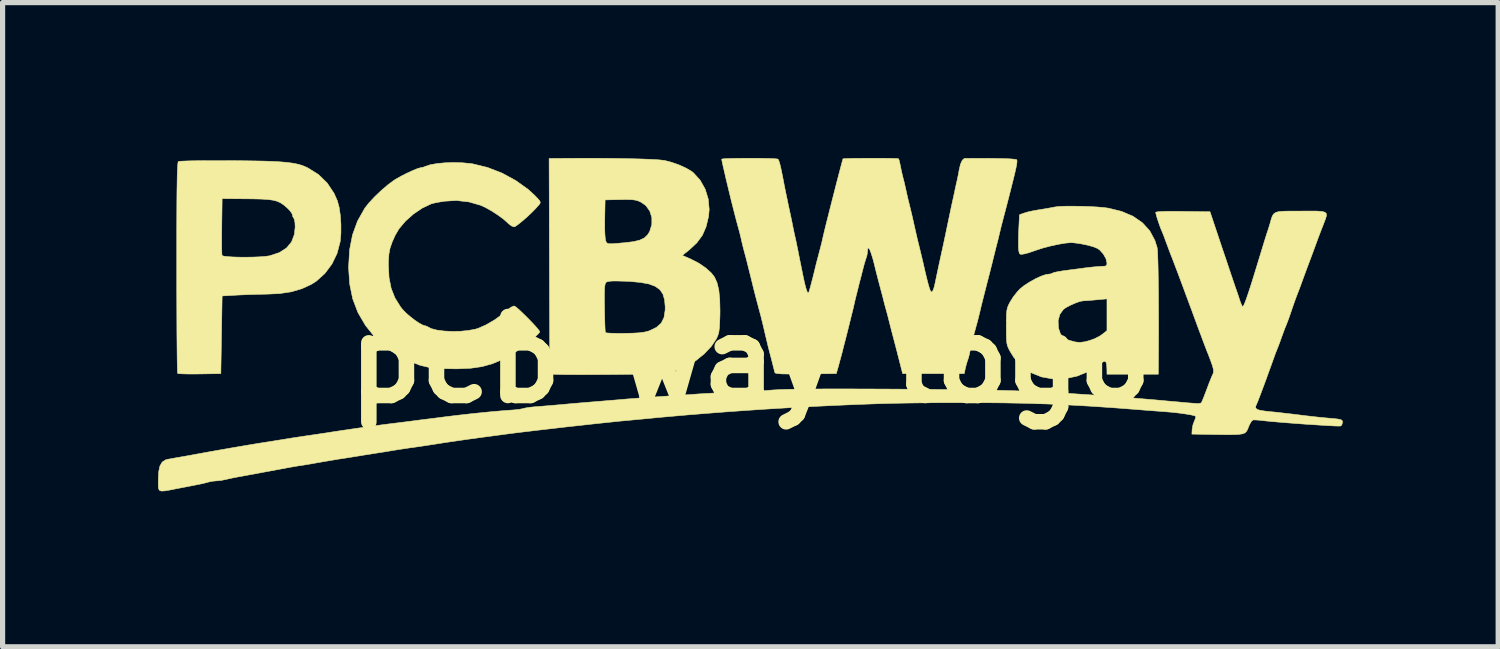
<source format=kicad_pcb>
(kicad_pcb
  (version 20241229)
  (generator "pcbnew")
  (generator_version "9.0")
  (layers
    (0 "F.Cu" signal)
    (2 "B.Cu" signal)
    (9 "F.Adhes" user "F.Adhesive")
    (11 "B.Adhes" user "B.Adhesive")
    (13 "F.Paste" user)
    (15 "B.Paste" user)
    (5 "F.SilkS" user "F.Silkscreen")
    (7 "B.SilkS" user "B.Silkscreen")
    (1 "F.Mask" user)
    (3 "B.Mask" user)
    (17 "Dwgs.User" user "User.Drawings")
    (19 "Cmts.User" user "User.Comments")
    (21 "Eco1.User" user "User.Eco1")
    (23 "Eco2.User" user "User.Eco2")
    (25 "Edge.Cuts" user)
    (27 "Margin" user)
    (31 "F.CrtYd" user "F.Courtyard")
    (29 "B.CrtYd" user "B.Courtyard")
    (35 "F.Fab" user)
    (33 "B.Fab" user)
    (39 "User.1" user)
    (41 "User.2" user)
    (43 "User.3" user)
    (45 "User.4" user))
  (footprint "pcb way logo"
    (layer "F.Cu")
    (at 11.436 3.895)
    (property "Reference" "pcb way logo" (at 0 0 0) (layer "F.SilkS") (effects (font (size 1.524 1.524) (thickness 0.3))))
    (attr through_hole)
    (fp_poly (pts (xy -10.127 -3.844) (xy -9.929 -3.843) (xy -9.736 -3.841) (xy -9.553 -3.838) (xy -9.388 -3.835) (xy -9.248 -3.83) (xy -9.138 -3.825) (xy -9.131 -3.825) (xy -8.957 -3.811) (xy -8.821 -3.793) (xy -8.712 -3.77) (xy -8.618 -3.738) (xy -8.547 -3.706) (xy -8.339 -3.576) (xy -8.17 -3.412) (xy -8.038 -3.214) (xy -7.973 -3.068) (xy -7.94 -2.946) (xy -7.917 -2.79) (xy -7.905 -2.617) (xy -7.905 -2.445) (xy -7.918 -2.29) (xy -7.921 -2.274) (xy -7.979 -2.054) (xy -8.078 -1.849) (xy -8.213 -1.668) (xy -8.377 -1.52) (xy -8.473 -1.458) (xy -8.658 -1.372) (xy -8.86 -1.313) (xy -9.089 -1.278) (xy -9.331 -1.267) (xy -9.489 -1.264) (xy -9.665 -1.259) (xy -9.832 -1.252) (xy -9.919 -1.248) (xy -10.198 -1.232) (xy -10.223 0.267) (xy -10.631 0.274) (xy -10.771 0.275) (xy -10.892 0.274) (xy -10.985 0.271) (xy -11.043 0.267) (xy -11.057 0.263) (xy -11.06 0.236) (xy -11.062 0.161) (xy -11.065 0.043) (xy -11.067 -0.113) (xy -11.069 -0.306) (xy -11.071 -0.529) (xy -11.072 -0.781) (xy -11.073 -1.056) (xy -11.074 -1.352) (xy -11.074 -1.663) (xy -11.074 -1.781) (xy -11.074 -2.165) (xy -11.074 -2.273) (xy -10.207 -2.273) (xy -10.206 -2.153) (xy -10.204 -2.066) (xy -10.201 -2.019) (xy -10.199 -2.014) (xy -10.171 -2.001) (xy -10.101 -1.992) (xy -10 -1.985) (xy -9.877 -1.981) (xy -9.743 -1.98) (xy -9.608 -1.982) (xy -9.48 -1.987) (xy -9.37 -1.995) (xy -9.288 -2.006) (xy -9.276 -2.009) (xy -9.094 -2.069) (xy -8.955 -2.158) (xy -8.858 -2.275) (xy -8.803 -2.42) (xy -8.788 -2.563) (xy -8.792 -2.646) (xy -8.803 -2.708) (xy -8.814 -2.731) (xy -8.836 -2.767) (xy -8.839 -2.793) (xy -8.857 -2.835) (xy -8.903 -2.893) (xy -8.94 -2.93) (xy -9.005 -2.986) (xy -9.067 -3.028) (xy -9.133 -3.059) (xy -9.212 -3.08) (xy -9.313 -3.094) (xy -9.444 -3.102) (xy -9.613 -3.106) (xy -9.716 -3.107) (xy -10.198 -3.111) (xy -10.205 -2.579) (xy -10.206 -2.418) (xy -10.207 -2.273) (xy -11.074 -2.273) (xy -11.074 -2.501) (xy -11.073 -2.792) (xy -11.072 -3.04) (xy -11.07 -3.249) (xy -11.067 -3.42) (xy -11.065 -3.557) (xy -11.061 -3.663) (xy -11.057 -3.74) (xy -11.052 -3.792) (xy -11.047 -3.82) (xy -11.043 -3.827) (xy -11.009 -3.832) (xy -10.932 -3.836) (xy -10.818 -3.84) (xy -10.674 -3.842) (xy -10.506 -3.844) (xy -10.321 -3.844) (xy -10.127 -3.844)) (stroke (width 0.01) (type solid)) (fill yes) (layer "F.SilkS"))
    (fp_poly (pts (xy -5.561 -3.803) (xy -5.402 -3.788) (xy -5.361 -3.782) (xy -5.077 -3.713) (xy -4.795 -3.604) (xy -4.53 -3.46) (xy -4.292 -3.29) (xy -4.172 -3.181) (xy -4.104 -3.111) (xy -4.067 -3.067) (xy -4.056 -3.037) (xy -4.066 -3.011) (xy -4.083 -2.99) (xy -4.146 -2.919) (xy -4.226 -2.838) (xy -4.314 -2.755) (xy -4.402 -2.679) (xy -4.479 -2.616) (xy -4.536 -2.576) (xy -4.563 -2.565) (xy -4.611 -2.583) (xy -4.67 -2.627) (xy -4.688 -2.645) (xy -4.765 -2.714) (xy -4.873 -2.793) (xy -4.995 -2.872) (xy -5.115 -2.94) (xy -5.204 -2.981) (xy -5.433 -3.047) (xy -5.676 -3.075) (xy -5.905 -3.061) (xy -6.008 -3.044) (xy -6.096 -3.027) (xy -6.153 -3.013) (xy -6.16 -3.011) (xy -6.335 -2.928) (xy -6.505 -2.813) (xy -6.659 -2.676) (xy -6.784 -2.528) (xy -6.859 -2.4) (xy -6.919 -2.264) (xy -6.957 -2.152) (xy -6.978 -2.042) (xy -6.987 -1.914) (xy -6.988 -1.825) (xy -6.976 -1.585) (xy -6.935 -1.378) (xy -6.862 -1.194) (xy -6.754 -1.021) (xy -6.714 -0.971) (xy -6.653 -0.907) (xy -6.572 -0.837) (xy -6.484 -0.768) (xy -6.399 -0.71) (xy -6.33 -0.672) (xy -6.293 -0.66) (xy -6.244 -0.646) (xy -6.234 -0.639) (xy -6.163 -0.602) (xy -6.052 -0.573) (xy -5.914 -0.555) (xy -5.76 -0.547) (xy -5.6 -0.55) (xy -5.448 -0.565) (xy -5.312 -0.59) (xy -5.261 -0.605) (xy -5.107 -0.672) (xy -4.943 -0.767) (xy -4.787 -0.879) (xy -4.696 -0.958) (xy -4.628 -1.011) (xy -4.572 -1.037) (xy -4.556 -1.037) (xy -4.524 -1.017) (xy -4.468 -0.969) (xy -4.395 -0.9) (xy -4.313 -0.82) (xy -4.232 -0.737) (xy -4.158 -0.658) (xy -4.102 -0.593) (xy -4.07 -0.55) (xy -4.066 -0.539) (xy -4.086 -0.51) (xy -4.139 -0.459) (xy -4.216 -0.393) (xy -4.307 -0.318) (xy -4.405 -0.243) (xy -4.499 -0.175) (xy -4.581 -0.12) (xy -4.591 -0.114) (xy -4.791 -0.003) (xy -4.984 0.077) (xy -5.181 0.132) (xy -5.397 0.163) (xy -5.643 0.174) (xy -5.728 0.174) (xy -5.862 0.172) (xy -5.983 0.169) (xy -6.079 0.166) (xy -6.139 0.162) (xy -6.147 0.161) (xy -6.376 0.107) (xy -6.613 0.014) (xy -6.845 -0.11) (xy -7.056 -0.256) (xy -7.233 -0.417) (xy -7.241 -0.425) (xy -7.431 -0.663) (xy -7.576 -0.911) (xy -7.677 -1.176) (xy -7.736 -1.464) (xy -7.757 -1.78) (xy -7.756 -1.803) (xy -7.737 -2.125) (xy -7.68 -2.415) (xy -7.584 -2.678) (xy -7.448 -2.919) (xy -7.442 -2.93) (xy -7.361 -3.031) (xy -7.252 -3.148) (xy -7.127 -3.267) (xy -7 -3.376) (xy -6.884 -3.462) (xy -6.845 -3.487) (xy -6.74 -3.546) (xy -6.628 -3.603) (xy -6.521 -3.652) (xy -6.431 -3.689) (xy -6.37 -3.707) (xy -6.359 -3.708) (xy -6.307 -3.72) (xy -6.28 -3.731) (xy -6.187 -3.763) (xy -6.057 -3.787) (xy -5.901 -3.802) (xy -5.731 -3.808) (xy -5.561 -3.803)) (stroke (width 0.01) (type solid)) (fill yes) (layer "F.SilkS"))
    (fp_poly (pts (xy -2.826 -3.889) (xy -2.548 -3.886) (xy -2.298 -3.881) (xy -2.082 -3.875) (xy -1.902 -3.868) (xy -1.763 -3.859) (xy -1.67 -3.849) (xy -1.652 -3.846) (xy -1.512 -3.809) (xy -1.367 -3.757) (xy -1.233 -3.695) (xy -1.128 -3.632) (xy -1.103 -3.612) (xy -0.972 -3.469) (xy -0.874 -3.295) (xy -0.814 -3.102) (xy -0.796 -2.9) (xy -0.808 -2.766) (xy -0.856 -2.567) (xy -0.928 -2.402) (xy -1.034 -2.258) (xy -1.18 -2.122) (xy -1.196 -2.109) (xy -1.315 -2.015) (xy -1.15 -1.943) (xy -0.999 -1.866) (xy -0.863 -1.773) (xy -0.754 -1.675) (xy -0.693 -1.596) (xy -0.644 -1.486) (xy -0.61 -1.344) (xy -0.592 -1.164) (xy -0.587 -0.941) (xy -0.588 -0.864) (xy -0.593 -0.719) (xy -0.599 -0.614) (xy -0.609 -0.538) (xy -0.625 -0.478) (xy -0.647 -0.425) (xy -0.656 -0.406) (xy -0.754 -0.26) (xy -0.889 -0.117) (xy -1.049 0.013) (xy -1.221 0.118) (xy -1.314 0.16) (xy -1.392 0.189) (xy -1.47 0.212) (xy -1.556 0.232) (xy -1.654 0.247) (xy -1.77 0.259) (xy -1.911 0.268) (xy -2.08 0.275) (xy -2.285 0.28) (xy -2.53 0.283) (xy -2.758 0.285) (xy -2.978 0.286) (xy -3.184 0.287) (xy -3.37 0.287) (xy -3.531 0.286) (xy -3.659 0.284) (xy -3.75 0.282) (xy -3.797 0.279) (xy -3.799 0.279) (xy -3.873 0.266) (xy -3.878 -1.185) (xy -2.819 -1.185) (xy -2.817 -1.021) (xy -2.817 -1.005) (xy -2.814 -0.857) (xy -2.811 -0.726) (xy -2.807 -0.622) (xy -2.803 -0.552) (xy -2.8 -0.525) (xy -2.772 -0.518) (xy -2.703 -0.513) (xy -2.601 -0.51) (xy -2.477 -0.509) (xy -2.43 -0.51) (xy -2.265 -0.514) (xy -2.141 -0.521) (xy -2.047 -0.534) (xy -1.973 -0.552) (xy -1.947 -0.561) (xy -1.813 -0.626) (xy -1.721 -0.708) (xy -1.668 -0.816) (xy -1.646 -0.957) (xy -1.645 -1.021) (xy -1.657 -1.158) (xy -1.689 -1.268) (xy -1.747 -1.353) (xy -1.835 -1.417) (xy -1.958 -1.463) (xy -2.12 -1.493) (xy -2.325 -1.512) (xy -2.407 -1.516) (xy -2.557 -1.52) (xy -2.664 -1.52) (xy -2.734 -1.514) (xy -2.775 -1.502) (xy -2.784 -1.497) (xy -2.798 -1.478) (xy -2.808 -1.444) (xy -2.815 -1.389) (xy -2.818 -1.305) (xy -2.819 -1.185) (xy -3.878 -1.185) (xy -3.88 -1.81) (xy -3.882 -2.59) (xy -2.813 -2.59) (xy -2.811 -2.468) (xy -2.805 -2.371) (xy -2.797 -2.31) (xy -2.795 -2.3) (xy -2.783 -2.272) (xy -2.768 -2.253) (xy -2.742 -2.242) (xy -2.695 -2.239) (xy -2.619 -2.243) (xy -2.506 -2.253) (xy -2.423 -2.26) (xy -2.259 -2.28) (xy -2.138 -2.309) (xy -2.049 -2.351) (xy -1.986 -2.41) (xy -1.945 -2.475) (xy -1.903 -2.611) (xy -1.903 -2.746) (xy -1.943 -2.872) (xy -2.019 -2.977) (xy -2.11 -3.041) (xy -2.165 -3.066) (xy -2.221 -3.082) (xy -2.29 -3.091) (xy -2.384 -3.093) (xy -2.514 -3.092) (xy -2.805 -3.086) (xy -2.812 -2.726) (xy -2.813 -2.59) (xy -3.882 -2.59) (xy -3.886 -3.886) (xy -3.791 -3.887) (xy -3.452 -3.889) (xy -3.129 -3.89) (xy -2.826 -3.889)) (stroke (width 0.01) (type solid)) (fill yes) (layer "F.SilkS"))
    (fp_poly (pts (xy 6.374 -2.963) (xy 6.535 -2.958) (xy 6.687 -2.95) (xy 6.819 -2.939) (xy 6.909 -2.927) (xy 7.166 -2.864) (xy 7.386 -2.77) (xy 7.567 -2.645) (xy 7.708 -2.49) (xy 7.807 -2.306) (xy 7.851 -2.167) (xy 7.857 -2.116) (xy 7.862 -2.02) (xy 7.867 -1.882) (xy 7.871 -1.709) (xy 7.874 -1.504) (xy 7.877 -1.274) (xy 7.878 -1.022) (xy 7.879 -0.754) (xy 7.879 -0.475) (xy 7.878 -0.19) (xy 7.876 0.096) (xy 7.875 0.21) (xy 7.874 0.279) (xy 6.883 0.279) (xy 6.882 0.184) (xy 6.876 0.087) (xy 6.86 0.037) (xy 6.826 0.03) (xy 6.77 0.063) (xy 6.731 0.093) (xy 6.529 0.225) (xy 6.305 0.316) (xy 6.071 0.365) (xy 5.834 0.369) (xy 5.62 0.331) (xy 5.414 0.248) (xy 5.236 0.123) (xy 5.087 -0.043) (xy 5.015 -0.158) (xy 4.985 -0.214) (xy 4.964 -0.264) (xy 4.951 -0.317) (xy 4.944 -0.386) (xy 4.941 -0.482) (xy 4.94 -0.616) (xy 4.94 -0.637) (xy 4.941 -0.755) (xy 5.94 -0.755) (xy 5.946 -0.622) (xy 5.95 -0.603) (xy 5.985 -0.5) (xy 6.039 -0.433) (xy 6.124 -0.387) (xy 6.169 -0.371) (xy 6.275 -0.343) (xy 6.362 -0.335) (xy 6.454 -0.347) (xy 6.549 -0.372) (xy 6.649 -0.409) (xy 6.746 -0.459) (xy 6.788 -0.488) (xy 6.883 -0.563) (xy 6.883 -1.176) (xy 6.674 -1.157) (xy 6.572 -1.148) (xy 6.487 -1.141) (xy 6.433 -1.138) (xy 6.426 -1.138) (xy 6.363 -1.127) (xy 6.275 -1.096) (xy 6.179 -1.054) (xy 6.094 -1.009) (xy 6.041 -0.972) (xy 5.973 -0.876) (xy 5.94 -0.755) (xy 4.941 -0.755) (xy 4.941 -0.777) (xy 4.943 -0.877) (xy 4.95 -0.95) (xy 4.962 -1.006) (xy 4.982 -1.056) (xy 5.011 -1.113) (xy 5.015 -1.12) (xy 5.077 -1.218) (xy 5.157 -1.318) (xy 5.205 -1.369) (xy 5.286 -1.434) (xy 5.39 -1.501) (xy 5.503 -1.564) (xy 5.612 -1.614) (xy 5.703 -1.645) (xy 5.746 -1.651) (xy 5.803 -1.659) (xy 5.831 -1.673) (xy 5.865 -1.686) (xy 5.937 -1.701) (xy 6.033 -1.717) (xy 6.071 -1.722) (xy 6.206 -1.74) (xy 6.355 -1.759) (xy 6.487 -1.777) (xy 6.49 -1.777) (xy 6.6 -1.79) (xy 6.704 -1.799) (xy 6.781 -1.804) (xy 6.788 -1.804) (xy 6.851 -1.808) (xy 6.878 -1.826) (xy 6.883 -1.865) (xy 6.864 -1.95) (xy 6.813 -2.041) (xy 6.744 -2.118) (xy 6.697 -2.151) (xy 6.613 -2.184) (xy 6.497 -2.215) (xy 6.369 -2.241) (xy 6.249 -2.257) (xy 6.185 -2.261) (xy 6.081 -2.252) (xy 5.945 -2.229) (xy 5.793 -2.196) (xy 5.638 -2.155) (xy 5.498 -2.109) (xy 5.461 -2.096) (xy 5.373 -2.066) (xy 5.291 -2.044) (xy 5.268 -2.04) (xy 5.216 -2.035) (xy 5.192 -2.053) (xy 5.18 -2.105) (xy 5.178 -2.125) (xy 5.174 -2.19) (xy 5.174 -2.292) (xy 5.176 -2.413) (xy 5.18 -2.511) (xy 5.194 -2.8) (xy 5.283 -2.832) (xy 5.353 -2.853) (xy 5.453 -2.875) (xy 5.56 -2.894) (xy 5.563 -2.894) (xy 5.678 -2.913) (xy 5.793 -2.933) (xy 5.88 -2.95) (xy 5.957 -2.959) (xy 6.073 -2.964) (xy 6.216 -2.965) (xy 6.374 -2.963)) (stroke (width 0.01) (type solid)) (fill yes) (layer "F.SilkS"))
    (fp_poly (pts (xy 2.532 -3.89) (xy 2.658 -3.889) (xy 2.76 -3.887) (xy 2.83 -3.884) (xy 2.859 -3.88) (xy 2.859 -3.88) (xy 2.871 -3.85) (xy 2.886 -3.786) (xy 2.895 -3.743) (xy 2.915 -3.644) (xy 2.938 -3.545) (xy 2.945 -3.518) (xy 2.968 -3.429) (xy 2.992 -3.325) (xy 3 -3.289) (xy 3.021 -3.194) (xy 3.042 -3.102) (xy 3.049 -3.073) (xy 3.07 -2.99) (xy 3.093 -2.894) (xy 3.099 -2.87) (xy 3.12 -2.782) (xy 3.145 -2.671) (xy 3.163 -2.591) (xy 3.187 -2.484) (xy 3.217 -2.353) (xy 3.248 -2.225) (xy 3.252 -2.21) (xy 3.279 -2.099) (xy 3.304 -1.996) (xy 3.322 -1.919) (xy 3.326 -1.905) (xy 3.37 -1.711) (xy 3.406 -1.562) (xy 3.434 -1.453) (xy 3.456 -1.378) (xy 3.474 -1.333) (xy 3.489 -1.312) (xy 3.503 -1.311) (xy 3.512 -1.317) (xy 3.533 -1.357) (xy 3.553 -1.423) (xy 3.556 -1.439) (xy 3.567 -1.489) (xy 3.579 -1.546) (xy 3.594 -1.617) (xy 3.614 -1.712) (xy 3.641 -1.839) (xy 3.677 -2.005) (xy 3.683 -2.032) (xy 3.727 -2.233) (xy 3.77 -2.436) (xy 3.809 -2.623) (xy 3.837 -2.756) (xy 3.853 -2.832) (xy 3.876 -2.944) (xy 3.905 -3.075) (xy 3.935 -3.212) (xy 3.962 -3.34) (xy 3.985 -3.443) (xy 3.991 -3.467) (xy 4.01 -3.559) (xy 4.027 -3.649) (xy 4.028 -3.658) (xy 4.055 -3.775) (xy 4.09 -3.852) (xy 4.13 -3.886) (xy 4.137 -3.887) (xy 4.345 -3.889) (xy 4.543 -3.889) (xy 4.722 -3.887) (xy 4.877 -3.884) (xy 5.002 -3.879) (xy 5.09 -3.872) (xy 5.135 -3.865) (xy 5.139 -3.862) (xy 5.145 -3.849) (xy 5.146 -3.823) (xy 5.141 -3.78) (xy 5.129 -3.715) (xy 5.109 -3.624) (xy 5.08 -3.504) (xy 5.041 -3.349) (xy 4.992 -3.155) (xy 4.931 -2.919) (xy 4.898 -2.794) (xy 4.865 -2.668) (xy 4.835 -2.55) (xy 4.812 -2.454) (xy 4.799 -2.4) (xy 4.776 -2.303) (xy 4.75 -2.204) (xy 4.748 -2.197) (xy 4.725 -2.105) (xy 4.703 -2.016) (xy 4.701 -2.007) (xy 4.684 -1.939) (xy 4.66 -1.841) (xy 4.632 -1.733) (xy 4.628 -1.714) (xy 4.575 -1.509) (xy 4.527 -1.321) (xy 4.485 -1.156) (xy 4.452 -1.022) (xy 4.429 -0.925) (xy 4.42 -0.889) (xy 4.404 -0.822) (xy 4.379 -0.725) (xy 4.349 -0.617) (xy 4.344 -0.597) (xy 4.314 -0.487) (xy 4.287 -0.381) (xy 4.268 -0.301) (xy 4.266 -0.292) (xy 4.247 -0.204) (xy 4.23 -0.123) (xy 4.229 -0.114) (xy 4.21 -0.041) (xy 4.192 0.013) (xy 4.173 0.071) (xy 4.153 0.149) (xy 4.149 0.165) (xy 4.128 0.267) (xy 2.938 0.267) (xy 2.893 0.089) (xy 2.868 -0.009) (xy 2.835 -0.139) (xy 2.798 -0.281) (xy 2.768 -0.394) (xy 2.735 -0.52) (xy 2.705 -0.637) (xy 2.681 -0.731) (xy 2.667 -0.787) (xy 2.645 -0.874) (xy 2.619 -0.967) (xy 2.616 -0.978) (xy 2.591 -1.069) (xy 2.568 -1.159) (xy 2.566 -1.168) (xy 2.549 -1.236) (xy 2.523 -1.333) (xy 2.494 -1.441) (xy 2.489 -1.46) (xy 2.458 -1.579) (xy 2.427 -1.699) (xy 2.403 -1.797) (xy 2.402 -1.803) (xy 2.366 -1.942) (xy 2.333 -2.049) (xy 2.305 -2.123) (xy 2.282 -2.158) (xy 2.266 -2.151) (xy 2.261 -2.099) (xy 2.261 -2.097) (xy 2.251 -2.021) (xy 2.238 -1.976) (xy 2.217 -1.913) (xy 2.193 -1.832) (xy 2.189 -1.816) (xy 2.164 -1.719) (xy 2.139 -1.62) (xy 2.137 -1.613) (xy 2.105 -1.491) (xy 2.072 -1.357) (xy 2.04 -1.231) (xy 2.015 -1.128) (xy 2.007 -1.092) (xy 1.98 -0.975) (xy 1.943 -0.826) (xy 1.901 -0.656) (xy 1.856 -0.476) (xy 1.81 -0.298) (xy 1.768 -0.132) (xy 1.73 0.009) (xy 1.701 0.116) (xy 1.694 0.14) (xy 1.658 0.267) (xy 1.069 0.274) (xy 0.873 0.275) (xy 0.721 0.275) (xy 0.611 0.273) (xy 0.536 0.268) (xy 0.492 0.261) (xy 0.473 0.25) (xy 0.472 0.248) (xy 0.461 0.206) (xy 0.442 0.134) (xy 0.431 0.089) (xy 0.408 -0.003) (xy 0.386 -0.087) (xy 0.379 -0.114) (xy 0.364 -0.17) (xy 0.341 -0.261) (xy 0.314 -0.375) (xy 0.291 -0.47) (xy 0.26 -0.604) (xy 0.237 -0.702) (xy 0.218 -0.777) (xy 0.202 -0.843) (xy 0.183 -0.913) (xy 0.16 -0.999) (xy 0.149 -1.041) (xy 0.117 -1.16) (xy 0.091 -1.261) (xy 0.064 -1.365) (xy 0.033 -1.493) (xy 0.027 -1.518) (xy 0.002 -1.618) (xy -0.024 -1.721) (xy -0.027 -1.734) (xy -0.063 -1.879) (xy -0.092 -1.992) (xy -0.118 -2.088) (xy -0.127 -2.121) (xy -0.151 -2.214) (xy -0.175 -2.317) (xy -0.179 -2.337) (xy -0.202 -2.434) (xy -0.231 -2.542) (xy -0.241 -2.578) (xy -0.261 -2.651) (xy -0.289 -2.756) (xy -0.322 -2.886) (xy -0.359 -3.032) (xy -0.397 -3.187) (xy -0.435 -3.344) (xy -0.471 -3.493) (xy -0.502 -3.629) (xy -0.528 -3.741) (xy -0.546 -3.823) (xy -0.554 -3.868) (xy -0.554 -3.873) (xy -0.524 -3.879) (xy -0.452 -3.884) (xy -0.348 -3.887) (xy -0.221 -3.889) (xy -0.08 -3.89) (xy 0.065 -3.89) (xy 0.205 -3.889) (xy 0.332 -3.886) (xy 0.434 -3.883) (xy 0.504 -3.878) (xy 0.532 -3.873) (xy 0.547 -3.846) (xy 0.565 -3.794) (xy 0.586 -3.708) (xy 0.612 -3.583) (xy 0.635 -3.467) (xy 0.654 -3.366) (xy 0.68 -3.237) (xy 0.709 -3.1) (xy 0.735 -2.972) (xy 0.757 -2.872) (xy 0.76 -2.857) (xy 0.778 -2.774) (xy 0.8 -2.669) (xy 0.813 -2.603) (xy 0.833 -2.504) (xy 0.853 -2.409) (xy 0.864 -2.362) (xy 0.881 -2.287) (xy 0.901 -2.188) (xy 0.915 -2.121) (xy 0.935 -2.018) (xy 0.955 -1.917) (xy 0.966 -1.867) (xy 0.982 -1.785) (xy 1.003 -1.681) (xy 1.019 -1.603) (xy 1.041 -1.501) (xy 1.065 -1.404) (xy 1.082 -1.349) (xy 1.102 -1.299) (xy 1.117 -1.287) (xy 1.133 -1.319) (xy 1.155 -1.396) (xy 1.155 -1.397) (xy 1.174 -1.467) (xy 1.195 -1.547) (xy 1.196 -1.549) (xy 1.218 -1.637) (xy 1.241 -1.731) (xy 1.243 -1.74) (xy 1.261 -1.814) (xy 1.287 -1.917) (xy 1.317 -2.028) (xy 1.321 -2.045) (xy 1.35 -2.155) (xy 1.377 -2.261) (xy 1.395 -2.341) (xy 1.397 -2.349) (xy 1.41 -2.406) (xy 1.432 -2.499) (xy 1.462 -2.621) (xy 1.499 -2.767) (xy 1.539 -2.927) (xy 1.582 -3.095) (xy 1.625 -3.263) (xy 1.666 -3.425) (xy 1.705 -3.573) (xy 1.738 -3.699) (xy 1.764 -3.797) (xy 1.781 -3.86) (xy 1.788 -3.879) (xy 1.815 -3.882) (xy 1.885 -3.885) (xy 1.986 -3.888) (xy 2.111 -3.889) (xy 2.25 -3.89) (xy 2.393 -3.89) (xy 2.532 -3.89)) (stroke (width 0.01) (type solid)) (fill yes) (layer "F.SilkS"))
    (fp_poly (pts (xy 10.942 -2.87) (xy 11.034 -2.863) (xy 11.091 -2.848) (xy 11.118 -2.821) (xy 11.119 -2.778) (xy 11.1 -2.715) (xy 11.067 -2.63) (xy 11.047 -2.578) (xy 11.003 -2.465) (xy 10.96 -2.351) (xy 10.926 -2.259) (xy 10.922 -2.248) (xy 10.89 -2.161) (xy 10.849 -2.049) (xy 10.806 -1.934) (xy 10.8 -1.918) (xy 10.752 -1.79) (xy 10.7 -1.65) (xy 10.655 -1.527) (xy 10.654 -1.524) (xy 10.617 -1.422) (xy 10.582 -1.329) (xy 10.556 -1.263) (xy 10.554 -1.257) (xy 10.531 -1.197) (xy 10.498 -1.106) (xy 10.462 -1.002) (xy 10.454 -0.978) (xy 10.416 -0.867) (xy 10.388 -0.787) (xy 10.363 -0.721) (xy 10.335 -0.65) (xy 10.318 -0.61) (xy 10.295 -0.548) (xy 10.264 -0.464) (xy 10.248 -0.419) (xy 10.216 -0.329) (xy 10.184 -0.246) (xy 10.172 -0.216) (xy 10.139 -0.133) (xy 10.114 -0.064) (xy 10.061 0.084) (xy 10.005 0.238) (xy 9.95 0.391) (xy 9.897 0.533) (xy 9.85 0.659) (xy 9.812 0.758) (xy 9.787 0.823) (xy 9.777 0.844) (xy 9.755 0.895) (xy 9.754 0.931) (xy 9.782 0.958) (xy 9.844 0.977) (xy 9.945 0.992) (xy 10.058 1.004) (xy 10.154 1.013) (xy 10.281 1.028) (xy 10.421 1.044) (xy 10.516 1.055) (xy 10.69 1.077) (xy 10.828 1.093) (xy 10.945 1.106) (xy 11.055 1.117) (xy 11.173 1.128) (xy 11.233 1.133) (xy 11.332 1.143) (xy 11.391 1.154) (xy 11.42 1.169) (xy 11.429 1.193) (xy 11.43 1.207) (xy 11.416 1.258) (xy 11.394 1.278) (xy 11.361 1.28) (xy 11.285 1.278) (xy 11.173 1.272) (xy 11.035 1.264) (xy 10.877 1.254) (xy 10.707 1.243) (xy 10.532 1.23) (xy 10.362 1.217) (xy 10.203 1.204) (xy 10.063 1.192) (xy 9.951 1.181) (xy 9.893 1.174) (xy 9.805 1.165) (xy 9.733 1.161) (xy 9.701 1.162) (xy 9.671 1.189) (xy 9.636 1.249) (xy 9.616 1.296) (xy 9.597 1.345) (xy 9.576 1.383) (xy 9.547 1.411) (xy 9.502 1.429) (xy 9.435 1.44) (xy 9.339 1.445) (xy 9.208 1.446) (xy 9.035 1.444) (xy 8.966 1.443) (xy 8.522 1.435) (xy 8.527 1.345) (xy 8.542 1.259) (xy 8.57 1.182) (xy 8.593 1.127) (xy 8.598 1.092) (xy 8.597 1.091) (xy 8.567 1.078) (xy 8.495 1.062) (xy 8.392 1.045) (xy 8.268 1.028) (xy 8.133 1.013) (xy 8.001 1.002) (xy 7.881 0.993) (xy 7.733 0.982) (xy 7.579 0.97) (xy 7.493 0.963) (xy 7.01 0.926) (xy 6.563 0.896) (xy 6.138 0.872) (xy 5.723 0.853) (xy 5.305 0.84) (xy 4.87 0.832) (xy 4.406 0.828) (xy 4.064 0.828) (xy 3.706 0.828) (xy 3.377 0.831) (xy 3.068 0.835) (xy 2.77 0.84) (xy 2.472 0.848) (xy 2.166 0.859) (xy 1.841 0.872) (xy 1.488 0.888) (xy 1.098 0.907) (xy 0.94 0.915) (xy 0.623 0.933) (xy 0.274 0.954) (xy -0.095 0.979) (xy -0.473 1.006) (xy -0.848 1.035) (xy -1.207 1.064) (xy -1.539 1.093) (xy -1.816 1.118) (xy -1.965 1.133) (xy -2.127 1.148) (xy -2.277 1.162) (xy -2.337 1.168) (xy -2.514 1.184) (xy -2.732 1.207) (xy -2.981 1.233) (xy -3.252 1.263) (xy -3.535 1.294) (xy -3.82 1.327) (xy -4.098 1.359) (xy -4.359 1.39) (xy -4.594 1.419) (xy -4.792 1.445) (xy -4.82 1.449) (xy -4.948 1.466) (xy -5.091 1.485) (xy -5.188 1.498) (xy -5.473 1.537) (xy -5.742 1.576) (xy -5.893 1.598) (xy -6.103 1.631) (xy -6.273 1.657) (xy -6.413 1.678) (xy -6.532 1.695) (xy -6.579 1.701) (xy -6.701 1.719) (xy -6.835 1.74) (xy -6.909 1.752) (xy -7.027 1.772) (xy -7.155 1.792) (xy -7.226 1.803) (xy -7.344 1.822) (xy -7.473 1.842) (xy -7.531 1.852) (xy -7.626 1.867) (xy -7.75 1.887) (xy -7.882 1.908) (xy -7.938 1.916) (xy -8.076 1.939) (xy -8.225 1.964) (xy -8.359 1.987) (xy -8.396 1.994) (xy -8.503 2.013) (xy -8.6 2.029) (xy -8.668 2.04) (xy -8.676 2.041) (xy -8.713 2.046) (xy -8.767 2.055) (xy -8.843 2.068) (xy -8.948 2.087) (xy -9.088 2.113) (xy -9.27 2.147) (xy -9.347 2.161) (xy -9.46 2.182) (xy -9.582 2.205) (xy -9.627 2.213) (xy -9.785 2.242) (xy -9.902 2.263) (xy -9.988 2.28) (xy -10.05 2.293) (xy -10.098 2.304) (xy -10.138 2.313) (xy -10.223 2.33) (xy -10.302 2.337) (xy -10.305 2.337) (xy -10.389 2.345) (xy -10.455 2.359) (xy -10.522 2.377) (xy -10.614 2.398) (xy -10.668 2.409) (xy -10.754 2.426) (xy -10.872 2.449) (xy -11.002 2.474) (xy -11.076 2.488) (xy -11.216 2.516) (xy -11.313 2.532) (xy -11.376 2.534) (xy -11.411 2.518) (xy -11.427 2.48) (xy -11.431 2.416) (xy -11.43 2.323) (xy -11.43 2.318) (xy -11.423 2.163) (xy -11.399 2.051) (xy -11.356 1.976) (xy -11.291 1.933) (xy -11.248 1.921) (xy -11.173 1.908) (xy -11.076 1.89) (xy -11.024 1.881) (xy -10.913 1.862) (xy -10.79 1.84) (xy -10.738 1.83) (xy -10.519 1.79) (xy -10.294 1.75) (xy -10.072 1.711) (xy -9.862 1.675) (xy -9.674 1.643) (xy -9.516 1.617) (xy -9.4 1.598) (xy -9.398 1.598) (xy -9.279 1.58) (xy -9.152 1.559) (xy -9.081 1.548) (xy -8.848 1.51) (xy -8.59 1.471) (xy -8.433 1.448) (xy -8.311 1.43) (xy -8.176 1.41) (xy -8.103 1.398) (xy -7.984 1.38) (xy -7.85 1.36) (xy -7.76 1.347) (xy -7.633 1.328) (xy -7.493 1.308) (xy -7.404 1.295) (xy -7.285 1.279) (xy -7.146 1.26) (xy -7.023 1.244) (xy -6.892 1.228) (xy -6.747 1.21) (xy -6.629 1.195) (xy -6.504 1.179) (xy -6.36 1.16) (xy -6.229 1.144) (xy -6.093 1.127) (xy -5.94 1.107) (xy -5.81 1.091) (xy -5.612 1.067) (xy -5.399 1.043) (xy -5.185 1.021) (xy -4.983 1.001) (xy -4.806 0.986) (xy -4.665 0.975) (xy -4.661 0.975) (xy -4.552 0.967) (xy -4.459 0.956) (xy -4.395 0.944) (xy -4.381 0.94) (xy -4.334 0.929) (xy -4.251 0.916) (xy -4.146 0.906) (xy -4.102 0.903) (xy -3.967 0.892) (xy -3.81 0.879) (xy -3.659 0.866) (xy -3.619 0.862) (xy -3.486 0.85) (xy -3.324 0.836) (xy -3.159 0.822) (xy -3.048 0.813) (xy -2.887 0.8) (xy -2.708 0.785) (xy -2.536 0.771) (xy -2.438 0.762) (xy -2.303 0.751) (xy -2.136 0.738) (xy -1.956 0.725) (xy -1.782 0.713) (xy -1.74 0.71) (xy -1.564 0.698) (xy -1.371 0.685) (xy -1.182 0.673) (xy -1.018 0.661) (xy -0.991 0.659) (xy -0.831 0.65) (xy -0.643 0.639) (xy -0.449 0.63) (xy -0.271 0.623) (xy -0.254 0.623) (xy -0.083 0.616) (xy 0.104 0.606) (xy 0.284 0.595) (xy 0.438 0.583) (xy 0.457 0.582) (xy 0.559 0.576) (xy 0.711 0.571) (xy 0.914 0.567) (xy 1.167 0.565) (xy 1.47 0.563) (xy 1.823 0.563) (xy 2.226 0.564) (xy 2.679 0.566) (xy 2.819 0.567) (xy 3.244 0.569) (xy 3.624 0.573) (xy 3.964 0.576) (xy 4.269 0.58) (xy 4.545 0.584) (xy 4.797 0.59) (xy 5.03 0.596) (xy 5.25 0.604) (xy 5.463 0.612) (xy 5.673 0.622) (xy 5.887 0.634) (xy 6.109 0.647) (xy 6.299 0.66) (xy 6.544 0.676) (xy 6.761 0.69) (xy 6.96 0.705) (xy 7.15 0.719) (xy 7.343 0.734) (xy 7.549 0.752) (xy 7.777 0.771) (xy 8.038 0.795) (xy 8.255 0.814) (xy 8.413 0.829) (xy 8.528 0.838) (xy 8.607 0.843) (xy 8.657 0.843) (xy 8.687 0.839) (xy 8.702 0.83) (xy 8.712 0.816) (xy 8.713 0.813) (xy 8.731 0.773) (xy 8.761 0.698) (xy 8.797 0.603) (xy 8.814 0.559) (xy 8.852 0.457) (xy 8.887 0.37) (xy 8.911 0.312) (xy 8.917 0.299) (xy 8.934 0.263) (xy 8.94 0.225) (xy 8.936 0.178) (xy 8.918 0.112) (xy 8.885 0.019) (xy 8.836 -0.11) (xy 8.813 -0.165) (xy 8.788 -0.232) (xy 8.749 -0.334) (xy 8.702 -0.46) (xy 8.65 -0.598) (xy 8.599 -0.737) (xy 8.552 -0.864) (xy 8.548 -0.876) (xy 8.513 -0.972) (xy 8.467 -1.094) (xy 8.415 -1.234) (xy 8.36 -1.383) (xy 8.304 -1.533) (xy 8.251 -1.675) (xy 8.203 -1.801) (xy 8.165 -1.902) (xy 8.139 -1.97) (xy 8.129 -1.994) (xy 8.109 -2.044) (xy 8.079 -2.124) (xy 8.052 -2.197) (xy 8.01 -2.31) (xy 7.981 -2.389) (xy 7.958 -2.447) (xy 7.937 -2.498) (xy 7.929 -2.515) (xy 7.903 -2.583) (xy 7.874 -2.667) (xy 7.847 -2.75) (xy 7.829 -2.817) (xy 7.823 -2.846) (xy 7.848 -2.855) (xy 7.921 -2.861) (xy 8.038 -2.865) (xy 8.198 -2.866) (xy 8.347 -2.864) (xy 8.872 -2.857) (xy 9.118 -2.121) (xy 9.181 -1.936) (xy 9.238 -1.765) (xy 9.288 -1.616) (xy 9.33 -1.493) (xy 9.36 -1.403) (xy 9.378 -1.354) (xy 9.38 -1.346) (xy 9.396 -1.301) (xy 9.421 -1.228) (xy 9.438 -1.174) (xy 9.465 -1.098) (xy 9.488 -1.045) (xy 9.499 -1.029) (xy 9.511 -1.033) (xy 9.527 -1.06) (xy 9.55 -1.113) (xy 9.58 -1.195) (xy 9.619 -1.31) (xy 9.668 -1.46) (xy 9.727 -1.65) (xy 9.798 -1.882) (xy 9.871 -2.121) (xy 9.908 -2.242) (xy 9.941 -2.349) (xy 9.967 -2.431) (xy 9.982 -2.476) (xy 9.982 -2.477) (xy 10.001 -2.532) (xy 10.025 -2.611) (xy 10.034 -2.642) (xy 10.055 -2.718) (xy 10.075 -2.775) (xy 10.101 -2.815) (xy 10.139 -2.843) (xy 10.196 -2.859) (xy 10.281 -2.867) (xy 10.399 -2.87) (xy 10.559 -2.87) (xy 10.63 -2.87) (xy 10.809 -2.871) (xy 10.942 -2.87)) (stroke (width 0.01) (type solid)) (fill yes) (layer "F.SilkS")))
  (gr_rect
    (start -3 -3)
    (end 25.871 9.435)
    (stroke (width 0.1) (type default))
    (fill no)
    (layer "Edge.Cuts")))
</source>
